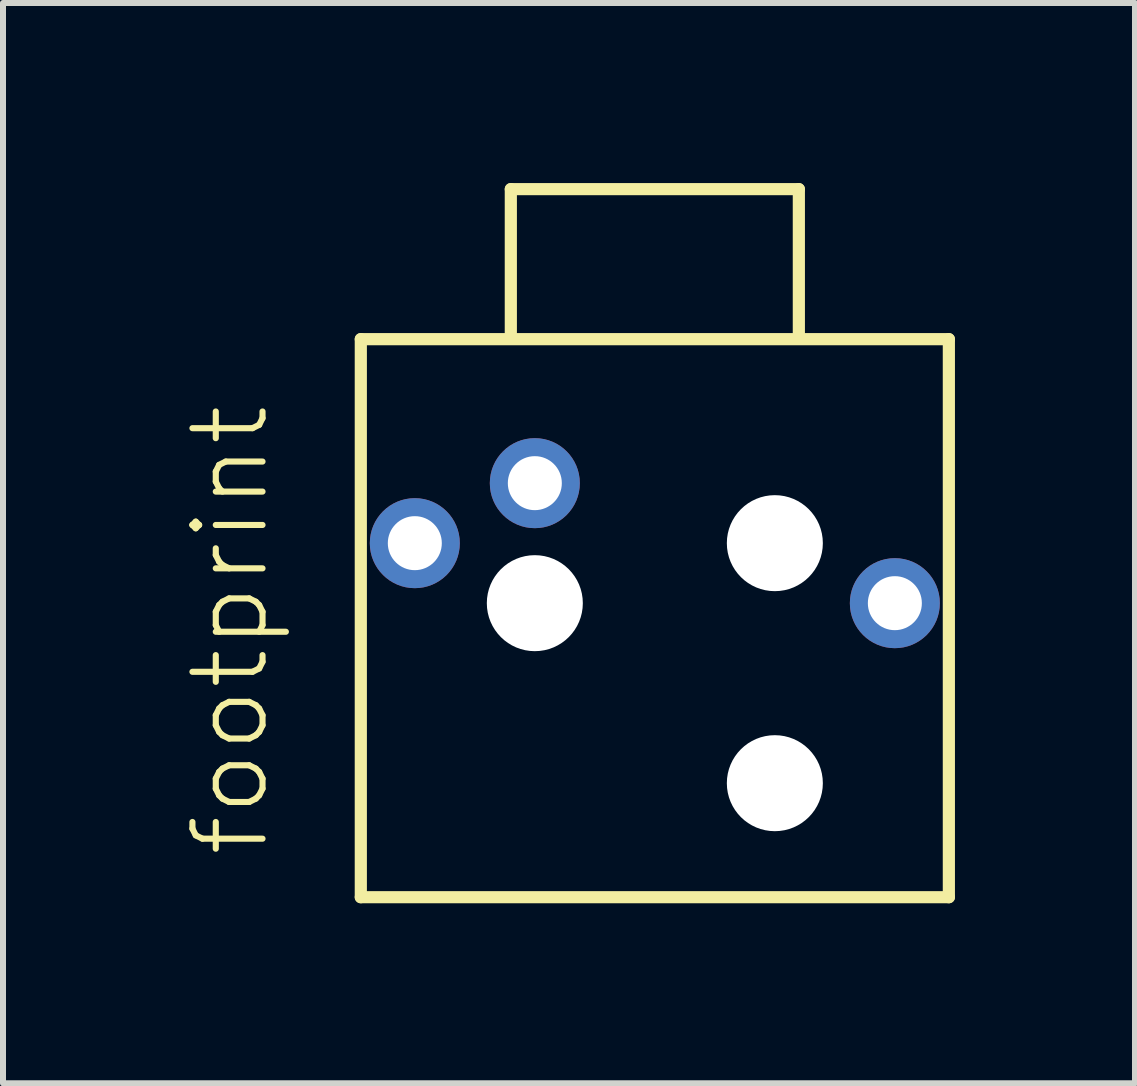
<source format=kicad_pcb>
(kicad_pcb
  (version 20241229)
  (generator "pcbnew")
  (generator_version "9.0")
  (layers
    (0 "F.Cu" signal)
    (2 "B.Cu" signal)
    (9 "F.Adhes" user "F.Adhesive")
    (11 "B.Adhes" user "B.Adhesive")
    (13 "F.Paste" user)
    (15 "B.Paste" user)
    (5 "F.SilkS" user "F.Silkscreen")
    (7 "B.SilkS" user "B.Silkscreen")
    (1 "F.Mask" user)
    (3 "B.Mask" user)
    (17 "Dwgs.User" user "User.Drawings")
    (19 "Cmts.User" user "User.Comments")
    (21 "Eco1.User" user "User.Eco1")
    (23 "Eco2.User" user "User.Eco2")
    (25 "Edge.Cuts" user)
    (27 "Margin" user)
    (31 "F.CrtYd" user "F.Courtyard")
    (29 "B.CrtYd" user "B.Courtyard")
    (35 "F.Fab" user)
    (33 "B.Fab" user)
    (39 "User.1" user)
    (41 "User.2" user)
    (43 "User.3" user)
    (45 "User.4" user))
  (footprint "footprint"
    (layer "F.Cu")
    (at 7.863 2.502)
    (property "Reference" "footprint" (at -6.39 8.77 90) (layer "F.SilkS") (effects (font (size 1.168 1.168) (thickness 0.102)) (justify left bottom)))
    (fp_line (start -4.9 0.1) (end 4.9 0.1) (stroke (width 0.203) (type solid)) (layer "F.SilkS"))
    (fp_line (start -4.9 9.4) (end -4.9 0.1) (stroke (width 0.203) (type solid)) (layer "F.SilkS"))
    (fp_line (start -2.4 -2.4) (end 2.4 -2.4) (stroke (width 0.203) (type solid)) (layer "F.SilkS"))
    (fp_line (start -2.4 0) (end -2.4 -2.4) (stroke (width 0.203) (type solid)) (layer "F.SilkS"))
    (fp_line (start 2.4 -2.4) (end 2.4 0) (stroke (width 0.203) (type solid)) (layer "F.SilkS"))
    (fp_line (start 4.9 0.1) (end 4.9 9.4) (stroke (width 0.203) (type solid)) (layer "F.SilkS"))
    (fp_line (start 4.9 9.4) (end -4.9 9.4) (stroke (width 0.203) (type solid)) (layer "F.SilkS"))
    (pad "" np_thru_hole circle (at -2 4.5) (size 1.6 1.6) (drill 1.6) (layers "*.Cu" "*.Mask"))
    (pad "" np_thru_hole circle (at 2 3.5) (size 1.6 1.6) (drill 1.6) (layers "*.Cu" "*.Mask"))
    (pad "" np_thru_hole circle (at 2 7.5) (size 1.6 1.6) (drill 1.6) (layers "*.Cu" "*.Mask"))
    (pad "1" thru_hole circle (at -2 2.5 180) (size 1.5 1.5) (drill 0.9) (layers "*.Cu" "*.Mask"))
    (pad "2" thru_hole circle (at -4 3.5 90) (size 1.5 1.5) (drill 0.9) (layers "*.Cu" "*.Mask"))
    (pad "4" thru_hole circle (at 4 4.5 90) (size 1.5 1.5) (drill 0.9) (layers "*.Cu" "*.Mask")))
  (gr_rect
    (start -3 -3)
    (end 15.865 15.003)
    (stroke (width 0.1) (type default))
    (fill no)
    (layer "Edge.Cuts")))
</source>
